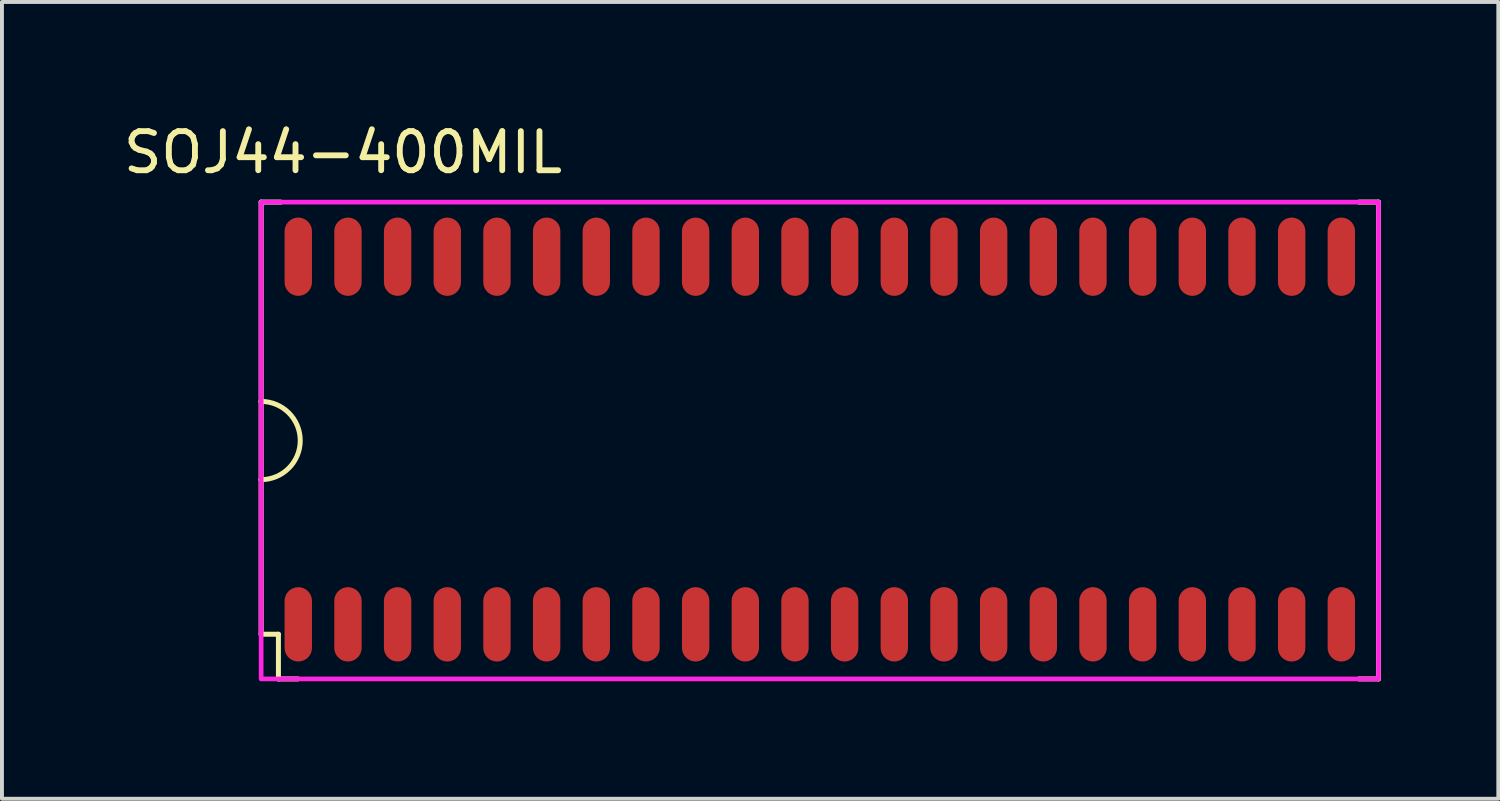
<source format=kicad_pcb>
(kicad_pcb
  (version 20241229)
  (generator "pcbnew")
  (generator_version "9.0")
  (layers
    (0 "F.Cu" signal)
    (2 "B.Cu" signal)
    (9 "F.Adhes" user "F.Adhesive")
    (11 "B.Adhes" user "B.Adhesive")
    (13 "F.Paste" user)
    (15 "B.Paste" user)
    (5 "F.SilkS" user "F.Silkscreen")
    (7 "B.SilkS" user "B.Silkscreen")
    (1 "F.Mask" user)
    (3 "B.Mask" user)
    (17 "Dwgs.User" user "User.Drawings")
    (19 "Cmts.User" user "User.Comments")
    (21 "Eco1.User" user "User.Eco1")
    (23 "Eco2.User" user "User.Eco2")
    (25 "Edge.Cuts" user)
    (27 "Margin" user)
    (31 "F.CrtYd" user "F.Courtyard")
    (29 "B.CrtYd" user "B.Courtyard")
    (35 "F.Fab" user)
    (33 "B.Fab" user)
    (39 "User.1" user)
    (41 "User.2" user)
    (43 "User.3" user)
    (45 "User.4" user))
  (footprint "SOJ44-400MIL"
    (layer "F.Cu")
    (at 17.912 8.214)
    (property "Reference" "SOJ44-400MIL" (at -12.192 -7.366 0) (layer "F.SilkS") (effects (font (size 1 1) (thickness 0.15))))
    (attr through_hole)
    (fp_line (start -14.285 -6.096) (end -13.785 -6.096) (stroke (width 0.127) (type solid)) (layer "F.SilkS"))
    (fp_line (start -14.285 -1) (end -14.285 -6.096) (stroke (width 0.127) (type solid)) (layer "F.SilkS"))
    (fp_line (start -14.285 1) (end -14.285 -1) (stroke (width 0.127) (type solid)) (layer "F.SilkS"))
    (fp_line (start -14.285 1) (end -14.285 4.953) (stroke (width 0.127) (type solid)) (layer "F.SilkS"))
    (fp_line (start -14.285 4.953) (end -13.843 4.953) (stroke (width 0.127) (type solid)) (layer "F.SilkS"))
    (fp_line (start -13.843 4.953) (end -13.843 6.096) (stroke (width 0.127) (type solid)) (layer "F.SilkS"))
    (fp_line (start -13.843 6.096) (end -13.343 6.096) (stroke (width 0.127) (type solid)) (layer "F.SilkS"))
    (fp_line (start 13.785 -6.096) (end 14.285 -6.096) (stroke (width 0.127) (type solid)) (layer "F.SilkS"))
    (fp_line (start 13.785 6.096) (end 14.285 6.096) (stroke (width 0.127) (type solid)) (layer "F.SilkS"))
    (fp_line (start 14.285 -6.096) (end 14.285 6.096) (stroke (width 0.127) (type solid)) (layer "F.SilkS"))
    (fp_arc (start -14.285 -1) (mid -13.285 0) (end -14.285 1) (stroke (width 0.127) (type solid)) (layer "F.SilkS"))
    (fp_rect (start -14.285 -6.096) (end 14.285 6.096) (stroke (width 0.12) (type solid)) (fill no) (layer "F.CrtYd"))
    (pad "1" smd oval (at -13.335 4.7) (size 0.7 1.9) (layers "F.Cu" "F.Mask" "F.Paste"))
    (pad "2" smd oval (at -12.065 4.7) (size 0.7 1.9) (layers "F.Cu" "F.Mask" "F.Paste"))
    (pad "3" smd oval (at -10.795 4.7) (size 0.7 1.9) (layers "F.Cu" "F.Mask" "F.Paste"))
    (pad "4" smd oval (at -9.525 4.7) (size 0.7 1.9) (layers "F.Cu" "F.Mask" "F.Paste"))
    (pad "5" smd oval (at -8.255 4.7) (size 0.7 1.9) (layers "F.Cu" "F.Mask" "F.Paste"))
    (pad "6" smd oval (at -6.985 4.7) (size 0.7 1.9) (layers "F.Cu" "F.Mask" "F.Paste"))
    (pad "7" smd oval (at -5.715 4.7) (size 0.7 1.9) (layers "F.Cu" "F.Mask" "F.Paste"))
    (pad "8" smd oval (at -4.445 4.7) (size 0.7 1.9) (layers "F.Cu" "F.Mask" "F.Paste"))
    (pad "9" smd oval (at -3.175 4.7) (size 0.7 1.9) (layers "F.Cu" "F.Mask" "F.Paste"))
    (pad "10" smd oval (at -1.905 4.7) (size 0.7 1.9) (layers "F.Cu" "F.Mask" "F.Paste"))
    (pad "11" smd oval (at -0.635 4.7) (size 0.7 1.9) (layers "F.Cu" "F.Mask" "F.Paste"))
    (pad "12" smd oval (at 0.635 4.7) (size 0.7 1.9) (layers "F.Cu" "F.Mask" "F.Paste"))
    (pad "13" smd oval (at 1.905 4.7) (size 0.7 1.9) (layers "F.Cu" "F.Mask" "F.Paste"))
    (pad "14" smd oval (at 3.175 4.7) (size 0.7 1.9) (layers "F.Cu" "F.Mask" "F.Paste"))
    (pad "15" smd oval (at 4.445 4.7) (size 0.7 1.9) (layers "F.Cu" "F.Mask" "F.Paste"))
    (pad "16" smd oval (at 5.715 4.7) (size 0.7 1.9) (layers "F.Cu" "F.Mask" "F.Paste"))
    (pad "17" smd oval (at 6.985 4.7) (size 0.7 1.9) (layers "F.Cu" "F.Mask" "F.Paste"))
    (pad "18" smd oval (at 8.255 4.7) (size 0.7 1.9) (layers "F.Cu" "F.Mask" "F.Paste"))
    (pad "19" smd oval (at 9.525 4.7) (size 0.7 1.9) (layers "F.Cu" "F.Mask" "F.Paste"))
    (pad "20" smd oval (at 10.795 4.7) (size 0.7 1.9) (layers "F.Cu" "F.Mask" "F.Paste"))
    (pad "21" smd oval (at 12.065 4.7) (size 0.7 1.9) (layers "F.Cu" "F.Mask" "F.Paste"))
    (pad "22" smd oval (at 13.335 4.7) (size 0.7 1.9) (layers "F.Cu" "F.Mask" "F.Paste"))
    (pad "23" smd oval (at 13.335 -4.7 180) (size 0.7 2) (layers "F.Cu" "F.Mask" "F.Paste"))
    (pad "24" smd oval (at 12.065 -4.7 180) (size 0.7 2) (layers "F.Cu" "F.Mask" "F.Paste"))
    (pad "25" smd oval (at 10.795 -4.7 180) (size 0.7 2) (layers "F.Cu" "F.Mask" "F.Paste"))
    (pad "26" smd oval (at 9.525 -4.7 180) (size 0.7 2) (layers "F.Cu" "F.Mask" "F.Paste"))
    (pad "27" smd oval (at 8.255 -4.7 180) (size 0.7 2) (layers "F.Cu" "F.Mask" "F.Paste"))
    (pad "28" smd oval (at 6.985 -4.7 180) (size 0.7 2) (layers "F.Cu" "F.Mask" "F.Paste"))
    (pad "29" smd oval (at 5.715 -4.7 180) (size 0.7 2) (layers "F.Cu" "F.Mask" "F.Paste"))
    (pad "30" smd oval (at 4.445 -4.7 180) (size 0.7 2) (layers "F.Cu" "F.Mask" "F.Paste"))
    (pad "31" smd oval (at 3.175 -4.7 180) (size 0.7 2) (layers "F.Cu" "F.Mask" "F.Paste"))
    (pad "32" smd oval (at 1.905 -4.7 180) (size 0.7 2) (layers "F.Cu" "F.Mask" "F.Paste"))
    (pad "33" smd oval (at 0.635 -4.7 180) (size 0.7 2) (layers "F.Cu" "F.Mask" "F.Paste"))
    (pad "34" smd oval (at -0.635 -4.7 180) (size 0.7 2) (layers "F.Cu" "F.Mask" "F.Paste"))
    (pad "35" smd oval (at -1.905 -4.7 180) (size 0.7 2) (layers "F.Cu" "F.Mask" "F.Paste"))
    (pad "36" smd oval (at -3.175 -4.7 180) (size 0.7 2) (layers "F.Cu" "F.Mask" "F.Paste"))
    (pad "37" smd oval (at -4.445 -4.7 180) (size 0.7 2) (layers "F.Cu" "F.Mask" "F.Paste"))
    (pad "38" smd oval (at -5.715 -4.7 180) (size 0.7 2) (layers "F.Cu" "F.Mask" "F.Paste"))
    (pad "39" smd oval (at -6.985 -4.7 180) (size 0.7 2) (layers "F.Cu" "F.Mask" "F.Paste"))
    (pad "40" smd oval (at -8.255 -4.7 180) (size 0.7 2) (layers "F.Cu" "F.Mask" "F.Paste"))
    (pad "41" smd oval (at -9.525 -4.7 180) (size 0.7 2) (layers "F.Cu" "F.Mask" "F.Paste"))
    (pad "42" smd oval (at -10.795 -4.7 180) (size 0.7 2) (layers "F.Cu" "F.Mask" "F.Paste"))
    (pad "43" smd oval (at -12.065 -4.7 180) (size 0.7 2) (layers "F.Cu" "F.Mask" "F.Paste"))
    (pad "44" smd oval (at -13.335 -4.7 180) (size 0.7 2) (layers "F.Cu" "F.Mask" "F.Paste")))
  (gr_rect
    (start -3 -3)
    (end 35.261 17.374)
    (stroke (width 0.1) (type default))
    (fill no)
    (layer "Edge.Cuts")))
</source>
